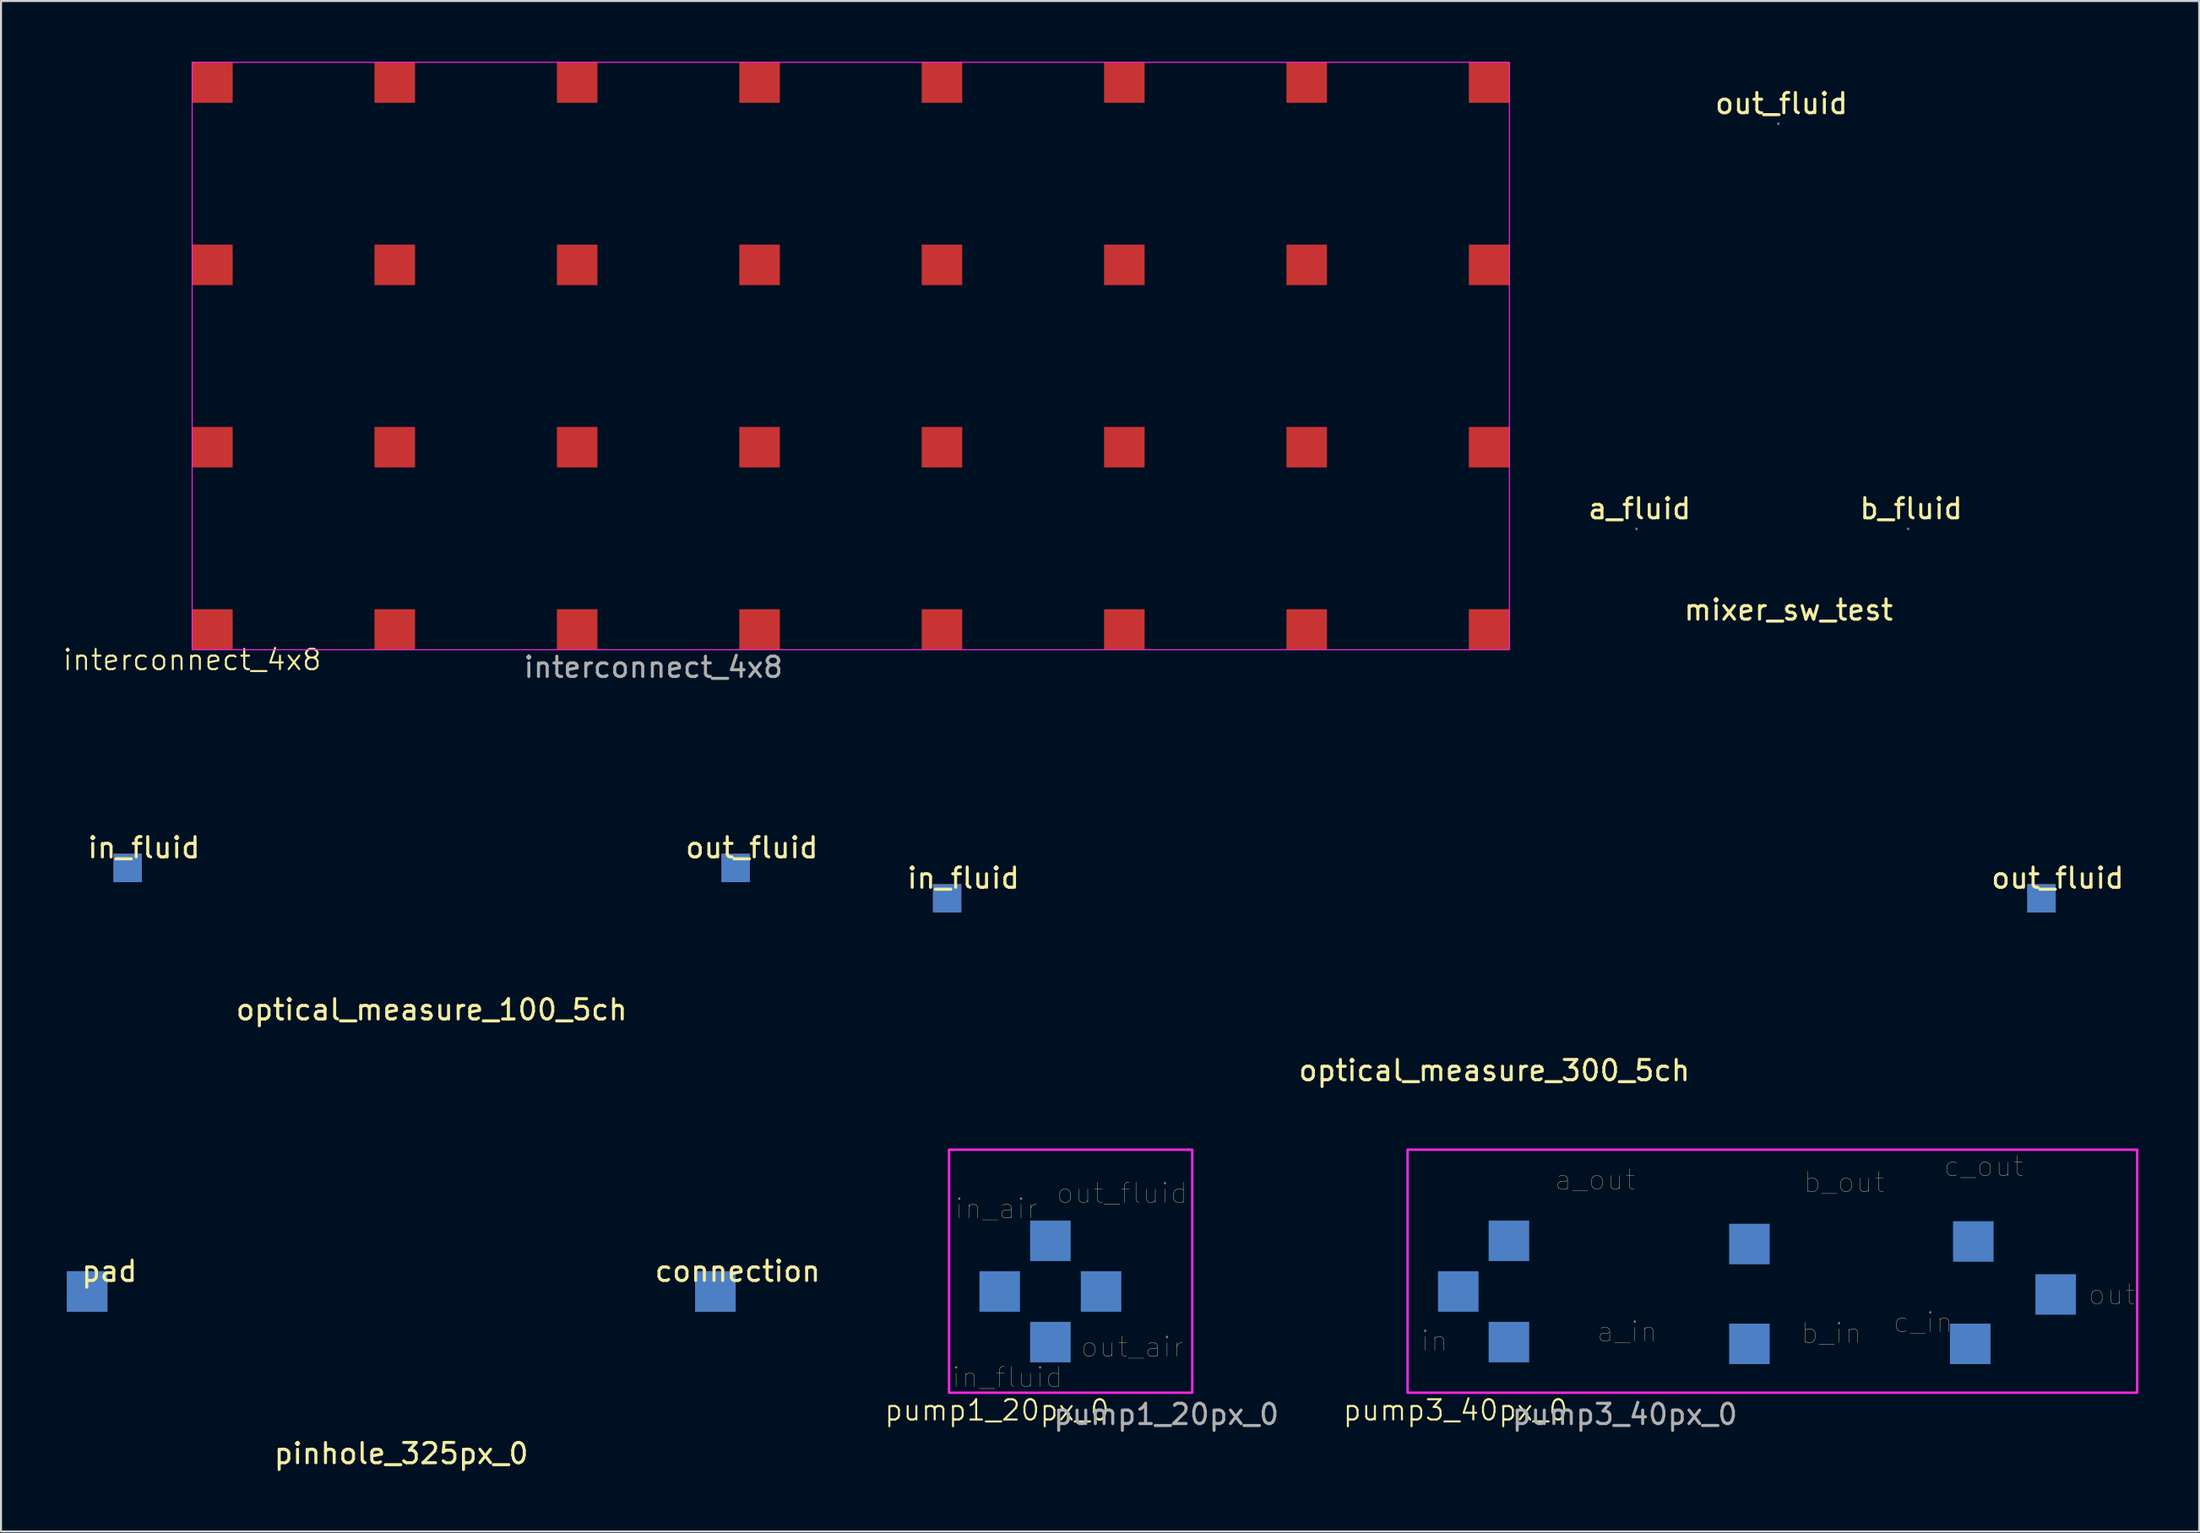
<source format=kicad_pcb>
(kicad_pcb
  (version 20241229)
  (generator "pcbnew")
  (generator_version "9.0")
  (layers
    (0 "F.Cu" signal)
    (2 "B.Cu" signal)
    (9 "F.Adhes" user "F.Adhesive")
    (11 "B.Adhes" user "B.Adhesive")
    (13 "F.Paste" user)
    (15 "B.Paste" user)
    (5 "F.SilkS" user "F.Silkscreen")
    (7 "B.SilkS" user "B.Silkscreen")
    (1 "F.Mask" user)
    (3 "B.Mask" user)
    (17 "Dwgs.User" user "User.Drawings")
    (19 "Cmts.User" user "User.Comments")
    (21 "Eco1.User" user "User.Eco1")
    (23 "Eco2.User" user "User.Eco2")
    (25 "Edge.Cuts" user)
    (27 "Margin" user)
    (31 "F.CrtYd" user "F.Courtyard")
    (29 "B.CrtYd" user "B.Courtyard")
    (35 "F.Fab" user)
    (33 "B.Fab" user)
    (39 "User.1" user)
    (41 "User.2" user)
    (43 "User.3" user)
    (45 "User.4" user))
  (footprint "interconnect_4x8"
    (layer "F.Cu")
    (at 6.431 29.025)
    (property "Reference" "interconnect_4x8" (at 0 0.5 0) (unlocked yes) (layer "F.SilkS") (effects (font (size 1 1) (thickness 0.1))))
    (attr smd)
    (fp_rect (start 0 0) (end 65 -29) (stroke (width 0.05) (type default)) (fill no) (layer "F.CrtYd"))
    (fp_text user "${REFERENCE}" (at 22.758 0.864 0) (unlocked yes) (layer "F.Fab") (effects (font (size 1 1) (thickness 0.15))))
    (pad "1" smd rect (at 1 -1) (size 2 2) (layers "F.Cu"))
    (pad "2" smd rect (at 1 -10) (size 2 2) (layers "F.Cu"))
    (pad "3" smd rect (at 1 -19) (size 2 2) (layers "F.Cu"))
    (pad "4" smd rect (at 1 -28) (size 2 2) (layers "F.Cu"))
    (pad "5" smd rect (at 10 -1) (size 2 2) (layers "F.Cu"))
    (pad "6" smd rect (at 10 -10) (size 2 2) (layers "F.Cu"))
    (pad "7" smd rect (at 10 -19) (size 2 2) (layers "F.Cu"))
    (pad "8" smd rect (at 10 -28) (size 2 2) (layers "F.Cu"))
    (pad "9" smd rect (at 19 -1) (size 2 2) (layers "F.Cu"))
    (pad "10" smd rect (at 19 -10) (size 2 2) (layers "F.Cu"))
    (pad "11" smd rect (at 19 -19) (size 2 2) (layers "F.Cu"))
    (pad "12" smd rect (at 19 -28) (size 2 2) (layers "F.Cu"))
    (pad "13" smd rect (at 28 -1) (size 2 2) (layers "F.Cu"))
    (pad "14" smd rect (at 28 -10) (size 2 2) (layers "F.Cu"))
    (pad "15" smd rect (at 28 -19) (size 2 2) (layers "F.Cu"))
    (pad "16" smd rect (at 28 -28) (size 2 2) (layers "F.Cu"))
    (pad "17" smd rect (at 37 -1) (size 2 2) (layers "F.Cu"))
    (pad "18" smd rect (at 37 -10) (size 2 2) (layers "F.Cu"))
    (pad "19" smd rect (at 37 -19) (size 2 2) (layers "F.Cu"))
    (pad "20" smd rect (at 37 -28) (size 2 2) (layers "F.Cu"))
    (pad "21" smd rect (at 46 -1) (size 2 2) (layers "F.Cu"))
    (pad "22" smd rect (at 46 -10) (size 2 2) (layers "F.Cu"))
    (pad "23" smd rect (at 46 -19) (size 2 2) (layers "F.Cu"))
    (pad "24" smd rect (at 46 -28) (size 2 2) (layers "F.Cu"))
    (pad "25" smd rect (at 55 -1) (size 2 2) (layers "F.Cu"))
    (pad "26" smd rect (at 55 -10) (size 2 2) (layers "F.Cu"))
    (pad "27" smd rect (at 55 -19) (size 2 2) (layers "F.Cu"))
    (pad "28" smd rect (at 55 -28) (size 2 2) (layers "F.Cu"))
    (pad "29" smd rect (at 64 -1) (size 2 2) (layers "F.Cu"))
    (pad "30" smd rect (at 64 -10) (size 2 2) (layers "F.Cu"))
    (pad "31" smd rect (at 64 -19) (size 2 2) (layers "F.Cu"))
    (pad "32" smd rect (at 64 -28) (size 2 2) (layers "F.Cu")))
  (footprint "pump1_20px_0"
    (layer "F.Cu")
    (at 43.782 65.805)
    (property "Reference" "pump1_20px_0" (at 2.362 0.764 0) (unlocked yes) (layer "F.SilkS") (effects (font (size 1 1) (thickness 0.1))))
    (attr smd)
    (fp_rect (start 0 -0.1) (end 12 -12.1) (stroke (width 0.12) (type solid)) (fill no) (layer "F.CrtYd"))
    (fp_text user "out_air" (at 9.042 -2.361 0) (layer "F.SilkS") (effects (font (size 1 1) (thickness 0.015))))
    (fp_text user "in_fluid" (at 2.87 -0.862 0) (layer "F.SilkS") (effects (font (size 1 1) (thickness 0.015))))
    (fp_text user "out_fluid" (at 8.534 -9.955 0) (layer "F.SilkS") (effects (font (size 1 1) (thickness 0.015))))
    (fp_text user "in_air" (at 2.337 -9.193 0) (layer "F.SilkS") (effects (font (size 1 1) (thickness 0.015))))
    (fp_text user "${REFERENCE}" (at 10.719 0.967 0) (unlocked yes) (layer "F.Fab") (effects (font (size 1 1) (thickness 0.15))))
    (pad "1" smd rect (at 5 -7.6) (size 2 2) (layers "B.Cu"))
    (pad "2" smd rect (at 5 -2.6) (size 2 2) (layers "B.Cu"))
    (pad "3" smd rect (at 2.5 -5.1) (size 2 2) (layers "B.Cu"))
    (pad "4" smd rect (at 7.5 -5.1) (size 2 2) (layers "B.Cu")))
  (footprint "mixer_sw_test"
    (layer "F.Cu")
    (at 74.706 26.06)
    (property "Reference" "mixer_sw_test" (at 10.5 1 0) (layer "F.SilkS") (effects (font (size 1 1) (thickness 0.15))))
    (attr through_hole)
    (fp_rect (start 0 0) (end 21 -26) (stroke (width 0.12) (type solid)) (fill no) (layer "Margin"))
    (fp_text user "a_fluid" (at 3.15 -4 0) (layer "F.SilkS") (effects (font (size 1 1) (thickness 0.15))))
    (fp_text user "out_fluid" (at 10.15 -24 0) (layer "F.SilkS") (effects (font (size 1 1) (thickness 0.15))))
    (fp_text user "b_fluid" (at 16.55 -4 0) (layer "F.SilkS") (effects (font (size 1 1) (thickness 0.15))))
    (pad "0" thru_hole rect (at 3 -3) (size 0.1 0.1) (drill 0.000001) (layers "In8.Cu"))
    (pad "1" thru_hole rect (at 16.4 -3) (size 0.1 0.1) (drill 0.000001) (layers "In8.Cu"))
    (pad "2" thru_hole rect (at 10 -23) (size 0.1 0.1) (drill 0.000001) (layers "In8.Cu"))
    (zone (net_name "") (layer "B.Cu") (hatch edge 0.1) (connect_pads) (min_thickness 0.254) (filled_areas_thickness no) (keepout (tracks not_allowed) (vias not_allowed) (pads not_allowed) (copperpour not_allowed) (footprints not_allowed)) (placement (enabled no)) (fill) (polygon (pts (xy 77.706 23.06) (xy 77.706 3.06) (xy 92.706 3.06) (xy 92.706 23.06))))
    (zone (net_name "") (layer "In8.Cu") (hatch edge 0.1) (connect_pads) (min_thickness 0.254) (filled_areas_thickness no) (keepout (tracks not_allowed) (vias not_allowed) (pads not_allowed) (copperpour not_allowed) (footprints not_allowed)) (placement (enabled no)) (fill) (polygon (pts (xy 77.706 23.06) (xy 77.706 3.06) (xy 92.706 3.06) (xy 92.706 23.06)))))
  (footprint "pump3_40px_0"
    (layer "F.Cu")
    (at 66.474 65.764)
    (property "Reference" "pump3_40px_0" (at 2.297 0.804 0) (unlocked yes) (layer "F.SilkS") (effects (font (size 1 1) (thickness 0.1))))
    (attr smd)
    (fp_rect (start -0.066 -0.059) (end 35.934 -12.059) (stroke (width 0.12) (type solid)) (fill no) (layer "F.CrtYd"))
    (fp_text user "b_out" (at 19.442 -9.864 0) (unlocked yes) (layer "F.SilkS") (effects (font (size 1 1) (thickness 0.015)) (justify left bottom)))
    (fp_text user "a_out" (at 7.148 -9.991 0) (unlocked yes) (layer "F.SilkS") (effects (font (size 1 1) (thickness 0.015)) (justify left bottom)))
    (fp_text user "b_in" (at 19.315 -2.422 0) (unlocked yes) (layer "F.SilkS") (effects (font (size 1 1) (thickness 0.015)) (justify left bottom)))
    (fp_text user "in" (at 1.255 -2.625 0) (layer "F.SilkS") (effects (font (size 1 1) (thickness 0.015))))
    (fp_text user "out" (at 34.682 -4.911 0) (layer "F.SilkS") (effects (font (size 1 1) (thickness 0.015))))
    (fp_text user "a_in" (at 9.231 -2.498 0) (unlocked yes) (layer "F.SilkS") (effects (font (size 1 1) (thickness 0.015)) (justify left bottom)))
    (fp_text user "c_out" (at 26.35 -10.651 0) (unlocked yes) (layer "F.SilkS") (effects (font (size 1 1) (thickness 0.015)) (justify left bottom)))
    (fp_text user "c_in" (at 23.861 -2.955 0) (unlocked yes) (layer "F.SilkS") (effects (font (size 1 1) (thickness 0.015)) (justify left bottom)))
    (fp_text user "${REFERENCE}" (at 10.653 1.007 0) (unlocked yes) (layer "F.Fab") (effects (font (size 1 1) (thickness 0.15))))
    (pad "1" smd rect (at 2.434 -5.059) (size 2 2) (layers "B.Cu"))
    (pad "2" smd rect (at 31.913 -4.911) (size 2 2) (layers "B.Cu"))
    (pad "3" smd rect (at 4.934 -2.559) (size 2 2) (layers "B.Cu"))
    (pad "4" smd rect (at 16.8 -2.472) (size 2 2) (layers "B.Cu"))
    (pad "5" smd rect (at 27.697 -2.472) (size 2 2) (layers "B.Cu"))
    (pad "6" smd rect (at 4.934 -7.559) (size 2 2) (layers "B.Cu"))
    (pad "7" smd rect (at 16.8 -7.4) (size 2 2) (layers "B.Cu"))
    (pad "8" smd rect (at 27.849 -7.527) (size 2 2) (layers "B.Cu")))
  (footprint "optical_measure_100_5ch"
    (layer "F.Cu")
    (at 0.25 45.797)
    (property "Reference" "optical_measure_100_5ch" (at 18 1 0) (layer "F.SilkS") (effects (font (size 1 1) (thickness 0.15))))
    (attr through_hole)
    (fp_rect (start 0 0) (end 36 -12) (stroke (width 0.12) (type solid)) (fill no) (layer "Margin"))
    (fp_text user "out_fluid" (at 33.8 -7 0) (layer "F.SilkS") (effects (font (size 1 1) (thickness 0.15))))
    (fp_text user "in_fluid" (at 3.8 -7 0) (layer "F.SilkS") (effects (font (size 1 1) (thickness 0.15))))
    (pad "0" thru_hole rect (at 3 -6) (size 1.4 1.4) (drill 0.000001) (layers "In6.Cu"))
    (pad "1" thru_hole rect (at 33 -6) (size 1.4 1.4) (drill 0.000001) (layers "In6.Cu"))
    (zone (net_name "") (layer "B.Cu") (hatch edge 0.1) (connect_pads) (min_thickness 0.254) (filled_areas_thickness no) (keepout (tracks not_allowed) (vias not_allowed) (pads not_allowed) (copperpour not_allowed) (footprints not_allowed)) (placement (enabled no)) (fill) (polygon (pts (xy 3.25 42.797) (xy 3.25 36.797) (xy 33.25 36.797) (xy 33.25 42.797))))
    (zone (net_name "") (layer "In1.Cu") (hatch edge 0.1) (connect_pads) (min_thickness 0.254) (filled_areas_thickness no) (keepout (tracks not_allowed) (vias not_allowed) (pads not_allowed) (copperpour not_allowed) (footprints not_allowed)) (placement (enabled no)) (fill) (polygon (pts (xy 3.25 42.797) (xy 3.25 36.797) (xy 33.25 36.797) (xy 33.25 42.797))))
    (zone (net_name "") (layer "In2.Cu") (hatch edge 0.1) (connect_pads) (min_thickness 0.254) (filled_areas_thickness no) (keepout (tracks not_allowed) (vias not_allowed) (pads not_allowed) (copperpour not_allowed) (footprints not_allowed)) (placement (enabled no)) (fill) (polygon (pts (xy 3.25 42.797) (xy 3.25 36.797) (xy 33.25 36.797) (xy 33.25 42.797))))
    (zone (net_name "") (layer "In3.Cu") (hatch edge 0.1) (connect_pads) (min_thickness 0.254) (filled_areas_thickness no) (keepout (tracks not_allowed) (vias not_allowed) (pads not_allowed) (copperpour not_allowed) (footprints not_allowed)) (placement (enabled no)) (fill) (polygon (pts (xy 3.25 42.797) (xy 3.25 36.797) (xy 33.25 36.797) (xy 33.25 42.797))))
    (zone (net_name "") (layer "In4.Cu") (hatch edge 0.1) (connect_pads) (min_thickness 0.254) (filled_areas_thickness no) (keepout (tracks not_allowed) (vias not_allowed) (pads not_allowed) (copperpour not_allowed) (footprints not_allowed)) (placement (enabled no)) (fill) (polygon (pts (xy 3.25 42.797) (xy 3.25 36.797) (xy 33.25 36.797) (xy 33.25 42.797))))
    (zone (net_name "") (layer "In5.Cu") (hatch edge 0.1) (connect_pads) (min_thickness 0.254) (filled_areas_thickness no) (keepout (tracks not_allowed) (vias not_allowed) (pads not_allowed) (copperpour not_allowed) (footprints not_allowed)) (placement (enabled no)) (fill) (polygon (pts (xy 4.25 42.797) (xy 4.25 36.797) (xy 32.25 36.797) (xy 32.25 42.797))))
    (zone (net_name "") (layer "In6.Cu") (hatch edge 0.1) (connect_pads) (min_thickness 0.254) (filled_areas_thickness no) (keepout (tracks not_allowed) (vias not_allowed) (pads not_allowed) (copperpour not_allowed) (footprints not_allowed)) (placement (enabled no)) (fill) (polygon (pts (xy 3.25 42.797) (xy 3.25 36.797) (xy 33.25 36.797) (xy 33.25 42.797))))
    (zone (net_name "") (layer "In7.Cu") (hatch edge 0.1) (connect_pads) (min_thickness 0.254) (filled_areas_thickness no) (keepout (tracks not_allowed) (vias not_allowed) (pads not_allowed) (copperpour not_allowed) (footprints not_allowed)) (placement (enabled no)) (fill) (polygon (pts (xy 4.25 42.797) (xy 4.25 36.797) (xy 32.25 36.797) (xy 32.25 42.797))))
    (zone (net_name "") (layer "In8.Cu") (hatch edge 0.1) (connect_pads) (min_thickness 0.254) (filled_areas_thickness no) (keepout (tracks not_allowed) (vias not_allowed) (pads not_allowed) (copperpour not_allowed) (footprints not_allowed)) (placement (enabled no)) (fill) (polygon (pts (xy 3.25 42.797) (xy 3.25 36.797) (xy 33.25 36.797) (xy 33.25 42.797)))))
  (footprint "optical_measure_300_5ch"
    (layer "F.Cu")
    (at 40.687 48.797)
    (property "Reference" "optical_measure_300_5ch" (at 30 1 0) (layer "F.SilkS") (effects (font (size 1 1) (thickness 0.15))))
    (attr through_hole)
    (fp_rect (start 0 0) (end 60 -15) (stroke (width 0.12) (type solid)) (fill no) (layer "Margin"))
    (fp_text user "in_fluid" (at 3.8 -8.5 0) (layer "F.SilkS") (effects (font (size 1 1) (thickness 0.15))))
    (fp_text user "out_fluid" (at 57.8 -8.5 0) (layer "F.SilkS") (effects (font (size 1 1) (thickness 0.15))))
    (pad "0" thru_hole rect (at 3 -7.5) (size 1.4 1.4) (drill 0.000001) (layers "In6.Cu"))
    (pad "1" thru_hole rect (at 57 -7.5) (size 1.4 1.4) (drill 0.000001) (layers "In6.Cu"))
    (zone (net_name "") (layer "B.Cu") (hatch edge 0.1) (connect_pads) (min_thickness 0.254) (filled_areas_thickness no) (keepout (tracks not_allowed) (vias not_allowed) (pads not_allowed) (copperpour not_allowed) (footprints not_allowed)) (placement (enabled no)) (fill) (polygon (pts (xy 43.687 45.797) (xy 43.687 36.797) (xy 97.687 36.797) (xy 97.687 45.797))))
    (zone (net_name "") (layer "In1.Cu") (hatch edge 0.1) (connect_pads) (min_thickness 0.254) (filled_areas_thickness no) (keepout (tracks not_allowed) (vias not_allowed) (pads not_allowed) (copperpour not_allowed) (footprints not_allowed)) (placement (enabled no)) (fill) (polygon (pts (xy 43.687 45.797) (xy 43.687 36.797) (xy 97.687 36.797) (xy 97.687 45.797))))
    (zone (net_name "") (layer "In2.Cu") (hatch edge 0.1) (connect_pads) (min_thickness 0.254) (filled_areas_thickness no) (keepout (tracks not_allowed) (vias not_allowed) (pads not_allowed) (copperpour not_allowed) (footprints not_allowed)) (placement (enabled no)) (fill) (polygon (pts (xy 43.687 45.797) (xy 43.687 36.797) (xy 97.687 36.797) (xy 97.687 45.797))))
    (zone (net_name "") (layer "In3.Cu") (hatch edge 0.1) (connect_pads) (min_thickness 0.254) (filled_areas_thickness no) (keepout (tracks not_allowed) (vias not_allowed) (pads not_allowed) (copperpour not_allowed) (footprints not_allowed)) (placement (enabled no)) (fill) (polygon (pts (xy 43.687 45.797) (xy 43.687 36.797) (xy 97.687 36.797) (xy 97.687 45.797))))
    (zone (net_name "") (layer "In4.Cu") (hatch edge 0.1) (connect_pads) (min_thickness 0.254) (filled_areas_thickness no) (keepout (tracks not_allowed) (vias not_allowed) (pads not_allowed) (copperpour not_allowed) (footprints not_allowed)) (placement (enabled no)) (fill) (polygon (pts (xy 43.687 45.797) (xy 43.687 36.797) (xy 97.687 36.797) (xy 97.687 45.797))))
    (zone (net_name "") (layer "In5.Cu") (hatch edge 0.1) (connect_pads) (min_thickness 0.254) (filled_areas_thickness no) (keepout (tracks not_allowed) (vias not_allowed) (pads not_allowed) (copperpour not_allowed) (footprints not_allowed)) (placement (enabled no)) (fill) (polygon (pts (xy 44.687 45.797) (xy 44.687 36.797) (xy 96.687 36.797) (xy 96.687 45.797))))
    (zone (net_name "") (layer "In6.Cu") (hatch edge 0.1) (connect_pads) (min_thickness 0.254) (filled_areas_thickness no) (keepout (tracks not_allowed) (vias not_allowed) (pads not_allowed) (copperpour not_allowed) (footprints not_allowed)) (placement (enabled no)) (fill) (polygon (pts (xy 43.687 45.797) (xy 43.687 36.797) (xy 97.687 36.797) (xy 97.687 45.797))))
    (zone (net_name "") (layer "In7.Cu") (hatch edge 0.1) (connect_pads) (min_thickness 0.254) (filled_areas_thickness no) (keepout (tracks not_allowed) (vias not_allowed) (pads not_allowed) (copperpour not_allowed) (footprints not_allowed)) (placement (enabled no)) (fill) (polygon (pts (xy 44.687 45.797) (xy 44.687 36.797) (xy 96.687 36.797) (xy 96.687 45.797))))
    (zone (net_name "") (layer "In8.Cu") (hatch edge 0.1) (connect_pads) (min_thickness 0.254) (filled_areas_thickness no) (keepout (tracks not_allowed) (vias not_allowed) (pads not_allowed) (copperpour not_allowed) (footprints not_allowed)) (placement (enabled no)) (fill) (polygon (pts (xy 43.687 45.797) (xy 43.687 36.797) (xy 97.687 36.797) (xy 97.687 45.797)))))
  (footprint "pinhole_325px_0"
    (layer "F.Cu")
    (at 0.25 67.705)
    (property "Reference" "pinhole_325px_0" (at 16.5 1 0) (layer "F.SilkS") (effects (font (size 1 1) (thickness 0.15))))
    (attr through_hole)
    (fp_rect (start 0 0) (end 33 -14) (stroke (width 0.12) (type solid)) (fill no) (layer "Margin"))
    (fp_text user "connection" (at 33.1 -8 0) (layer "F.SilkS") (effects (font (size 1 1) (thickness 0.15))))
    (fp_text user "pad" (at 2.1 -8 0) (layer "F.SilkS") (effects (font (size 1 1) (thickness 0.15))))
    (pad "0" thru_hole rect (at 32 -7) (size 2 2) (drill 0.000001) (layers "In5.Cu"))
    (pad "1" thru_hole rect (at 1 -7) (size 2 2) (drill 0.000001) (layers "In1.Cu"))
    (zone (net_name "") (layer "B.Cu") (hatch edge 0.1) (connect_pads) (min_thickness 0.254) (filled_areas_thickness no) (keepout (tracks not_allowed) (vias not_allowed) (pads not_allowed) (copperpour not_allowed) (footprints not_allowed)) (placement (enabled no)) (fill) (polygon (pts (xy 2.25 67.705) (xy 2.25 53.705) (xy 31.25 53.705) (xy 31.25 67.705))))
    (zone (net_name "") (layer "In1.Cu") (hatch edge 0.1) (connect_pads) (min_thickness 0.254) (filled_areas_thickness no) (keepout (tracks not_allowed) (vias not_allowed) (pads not_allowed) (copperpour not_allowed) (footprints not_allowed)) (placement (enabled no)) (fill) (polygon (pts (xy 2.25 67.705) (xy 2.25 53.705) (xy 31.25 53.705) (xy 31.25 67.705))))
    (zone (net_name "") (layer "In2.Cu") (hatch edge 0.1) (connect_pads) (min_thickness 0.254) (filled_areas_thickness no) (keepout (tracks not_allowed) (vias not_allowed) (pads not_allowed) (copperpour not_allowed) (footprints not_allowed)) (placement (enabled no)) (fill) (polygon (pts (xy 2.25 67.705) (xy 2.25 53.705) (xy 31.25 53.705) (xy 31.25 67.705))))
    (zone (net_name "") (layer "In3.Cu") (hatch edge 0.1) (connect_pads) (min_thickness 0.254) (filled_areas_thickness no) (keepout (tracks not_allowed) (vias not_allowed) (pads not_allowed) (copperpour not_allowed) (footprints not_allowed)) (placement (enabled no)) (fill) (polygon (pts (xy 2.25 67.705) (xy 2.25 53.705) (xy 31.25 53.705) (xy 31.25 67.705))))
    (zone (net_name "") (layer "In4.Cu") (hatch edge 0.1) (connect_pads) (min_thickness 0.254) (filled_areas_thickness no) (keepout (tracks not_allowed) (vias not_allowed) (pads not_allowed) (copperpour not_allowed) (footprints not_allowed)) (placement (enabled no)) (fill) (polygon (pts (xy 2.25 67.705) (xy 2.25 53.705) (xy 31.25 53.705) (xy 31.25 67.705))))
    (zone (net_name "") (layer "In5.Cu") (hatch edge 0.1) (connect_pads) (min_thickness 0.254) (filled_areas_thickness no) (keepout (tracks not_allowed) (vias not_allowed) (pads not_allowed) (copperpour not_allowed) (footprints not_allowed)) (placement (enabled no)) (fill) (polygon (pts (xy 2.25 67.705) (xy 2.25 53.705) (xy 31.25 53.705) (xy 31.25 67.705))))
    (zone (net_name "") (layer "In6.Cu") (hatch edge 0.1) (connect_pads) (min_thickness 0.254) (filled_areas_thickness no) (keepout (tracks not_allowed) (vias not_allowed) (pads not_allowed) (copperpour not_allowed) (footprints not_allowed)) (placement (enabled no)) (fill) (polygon (pts (xy 2.25 67.705) (xy 2.25 53.705) (xy 31.25 53.705) (xy 31.25 67.705))))
    (zone (net_name "") (layer "In7.Cu") (hatch edge 0.1) (connect_pads) (min_thickness 0.254) (filled_areas_thickness no) (keepout (tracks not_allowed) (vias not_allowed) (pads not_allowed) (copperpour not_allowed) (footprints not_allowed)) (placement (enabled no)) (fill) (polygon (pts (xy 2.25 67.705) (xy 2.25 53.705) (xy 31.25 53.705) (xy 31.25 67.705))))
    (zone (net_name "") (layer "In8.Cu") (hatch edge 0.1) (connect_pads) (min_thickness 0.254) (filled_areas_thickness no) (keepout (tracks not_allowed) (vias not_allowed) (pads not_allowed) (copperpour not_allowed) (footprints not_allowed)) (placement (enabled no)) (fill) (polygon (pts (xy 2.25 67.705) (xy 2.25 53.705) (xy 31.25 53.705) (xy 31.25 67.705)))))
  (gr_rect
    (start -3 -3)
    (end 105.469 72.553)
    (stroke (width 0.1) (type default))
    (fill no)
    (layer "Edge.Cuts")))
</source>
